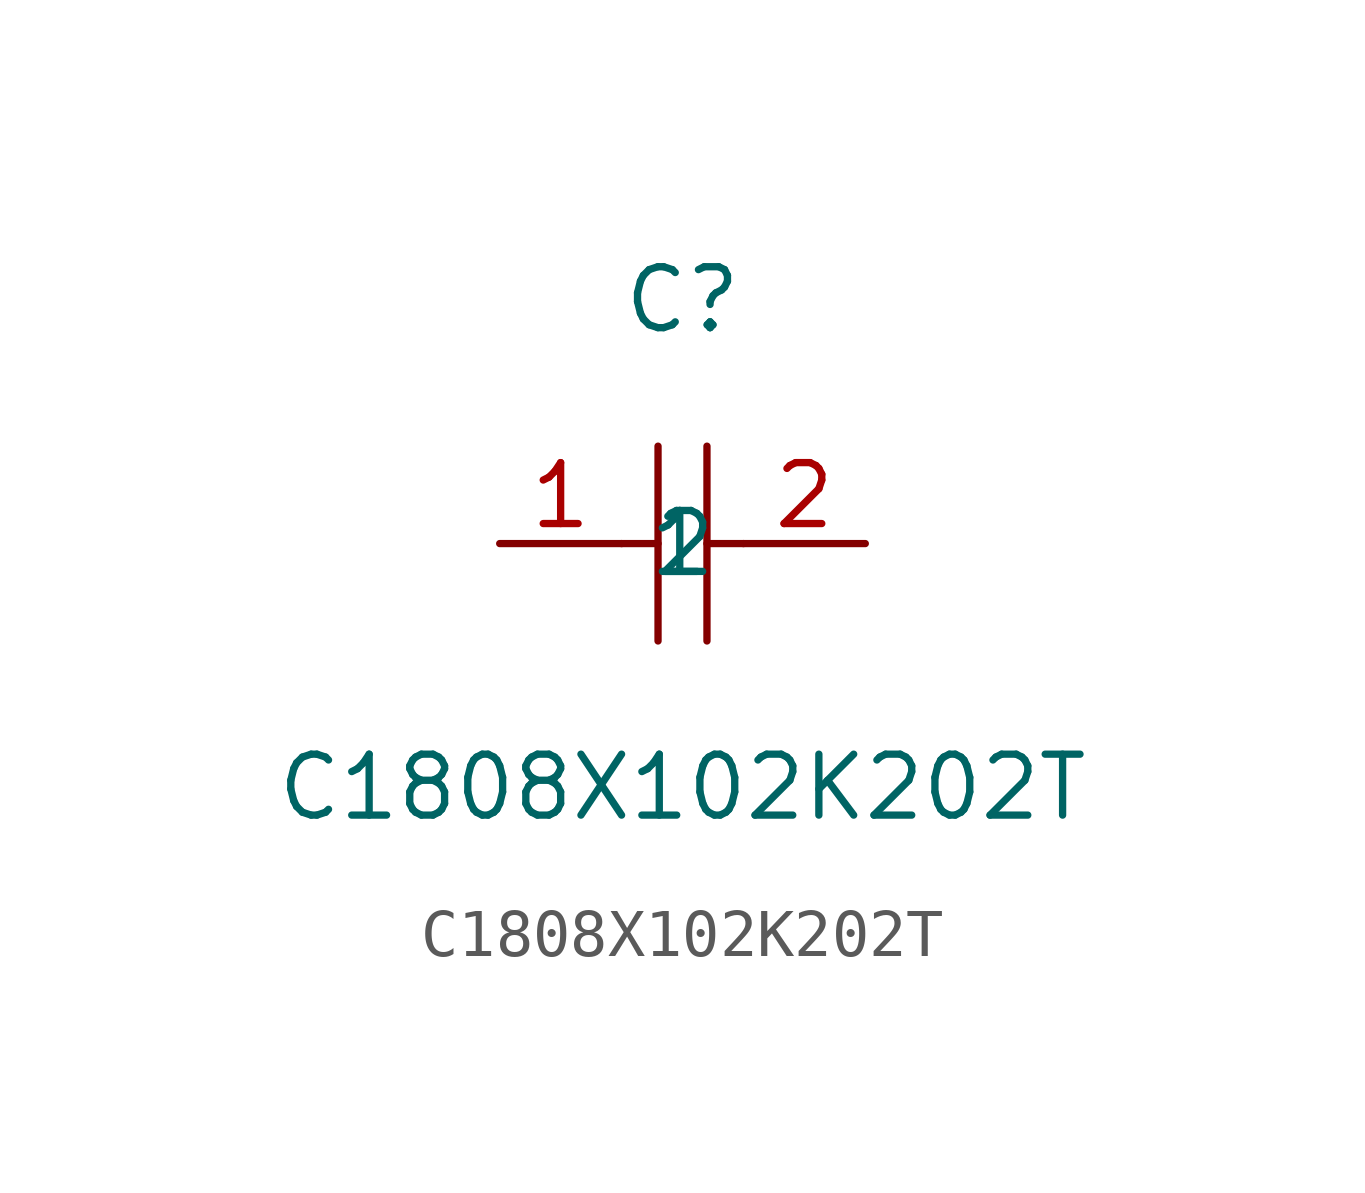
<source format=kicad_sym>
(kicad_symbol_lib
  (version 1)
  (generator "faebryk")
  (symbol "C1808X102K202T"
    (property "Reference" "C"
      (at 0 5.08 0)
      (effects (font (size 1.27 1.27)) (hide no)))
    (property "Value" "C1808X102K202T"
      (at 0 -5.08 0)
      (effects (font (size 1.27 1.27)) (hide no)))
    (symbol "C1808X102K202T_0_1"
      (polyline (stroke (width 0) (type default) (color 0 0 0 0)) (fill (type none)) (pts (xy -0.51 2.03) (xy -0.51 -2.03)))
      (polyline (stroke (width 0) (type default) (color 0 0 0 0)) (fill (type none)) (pts (xy 0.51 2.03) (xy 0.51 -2.03)))
      (polyline (stroke (width 0) (type default) (color 0 0 0 0)) (fill (type none)) (pts (xy -1.27 0) (xy -0.51 0)))
      (polyline (stroke (width 0) (type default) (color 0 0 0 0)) (fill (type none)) (pts (xy 0.51 0) (xy 1.27 0)))
      (pin input line (at -3.81 0 0) (length 2.54) (name "1" (effects (font (size 1.27 1.27)) (hide no))) (number "1" (effects (font (size 1.27 1.27)) (hide no))))
      (pin input line (at 3.81 0 180) (length 2.54) (name "2" (effects (font (size 1.27 1.27)) (hide no))) (number "2" (effects (font (size 1.27 1.27)) (hide no)))))))
</source>
